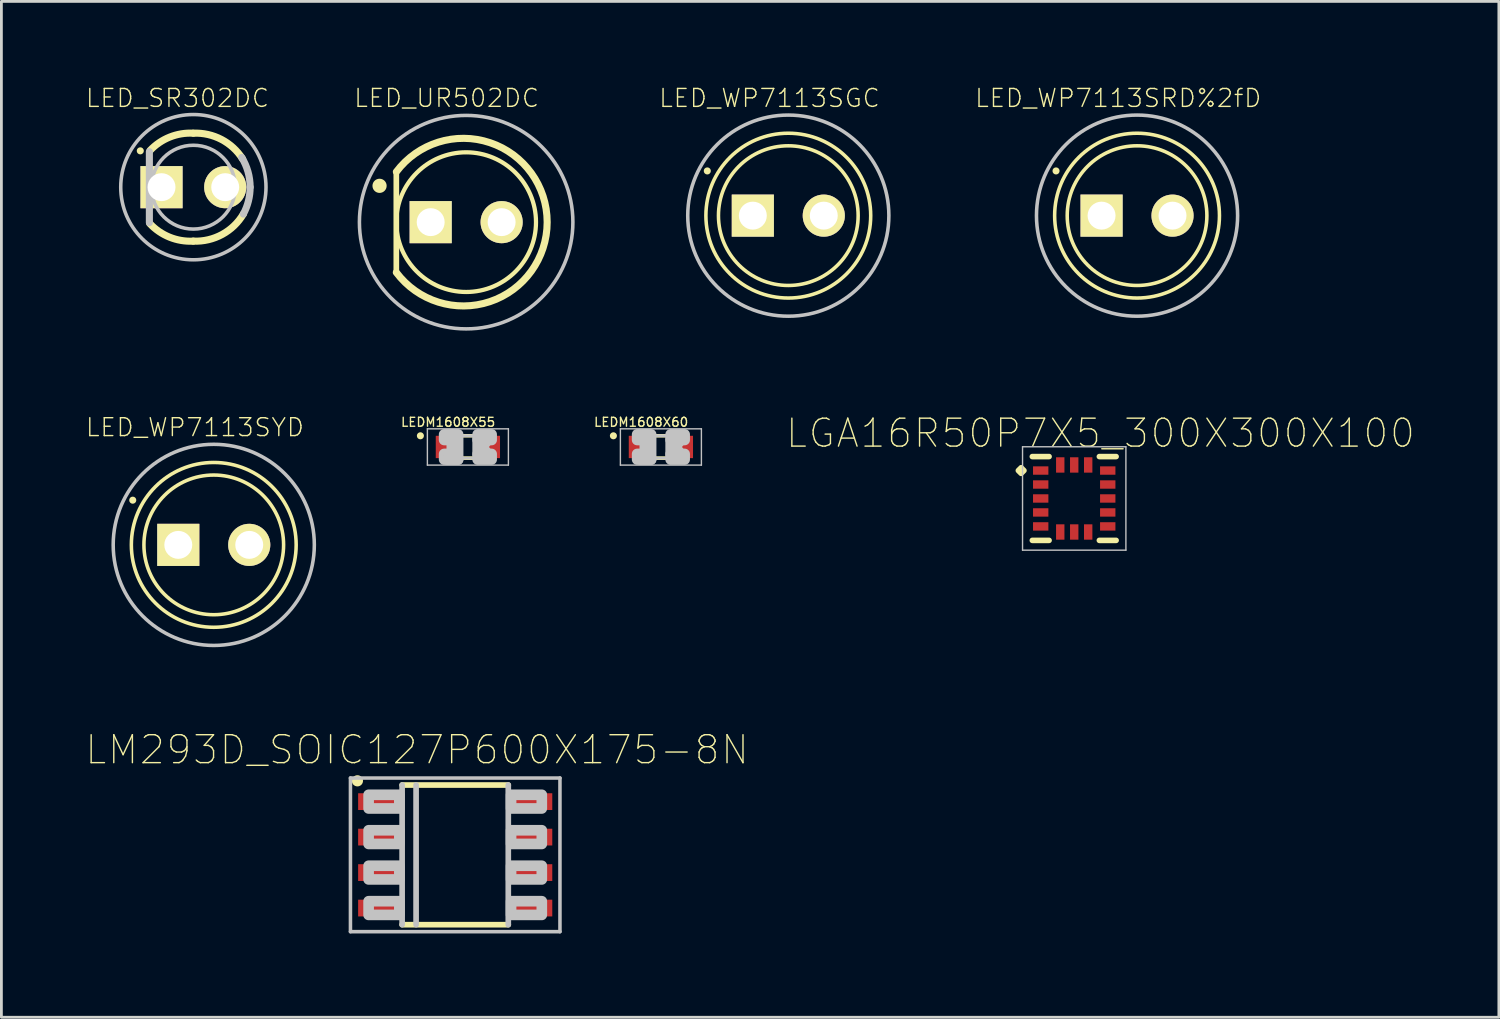
<source format=kicad_pcb>
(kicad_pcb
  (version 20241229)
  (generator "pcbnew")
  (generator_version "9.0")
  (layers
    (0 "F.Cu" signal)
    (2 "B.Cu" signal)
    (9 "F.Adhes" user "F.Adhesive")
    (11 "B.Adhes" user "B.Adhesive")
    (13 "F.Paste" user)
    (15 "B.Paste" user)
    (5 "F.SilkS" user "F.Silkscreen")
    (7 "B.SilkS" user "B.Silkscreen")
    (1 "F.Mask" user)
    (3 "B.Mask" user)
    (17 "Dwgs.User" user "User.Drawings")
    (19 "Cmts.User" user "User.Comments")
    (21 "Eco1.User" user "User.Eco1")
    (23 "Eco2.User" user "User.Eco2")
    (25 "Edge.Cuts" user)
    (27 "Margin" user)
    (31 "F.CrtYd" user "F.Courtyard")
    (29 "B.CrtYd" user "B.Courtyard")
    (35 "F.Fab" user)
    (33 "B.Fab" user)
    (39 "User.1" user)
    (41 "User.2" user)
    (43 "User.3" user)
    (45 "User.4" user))
  (footprint "LED_SR302DC"
    (layer "F.Cu")
    (at 3.872 3.65)
    (property "Reference" "LED_SR302DC" (at -0.569 -3.187 0) (layer "F.SilkS") (effects (font (size 0.64 0.64) (thickness 0.05))))
    (attr through_hole)
    (fp_arc (start -1.5512 -1.3126) (mid -0.844936 -1.793) (end -0.002179 -1.932117) (stroke (width 0.254) (type solid)) (layer "F.SilkS"))
    (fp_arc (start -0.003221 1.932171) (mid -0.85223 1.789568) (end -1.561 1.3009) (stroke (width 0.254) (type solid)) (layer "F.SilkS"))
    (fp_arc (start 0 -1.932) (mid 1.005621 -1.707968) (end 1.76328 -1.009816) (stroke (width 0.254) (type solid)) (layer "F.SilkS"))
    (fp_arc (start 1.792428 0.957003) (mid 1.03118 1.692623) (end 0 1.932) (stroke (width 0.254) (type solid)) (layer "F.SilkS"))
    (fp_circle (center -1.9 -1.3) (end -1.773 -1.3) (stroke (width 0) (type solid)) (fill yes) (layer "F.SilkS"))
    (fp_line (start -1.575 -1.27) (end -1.575 1.27) (stroke (width 0.254) (type solid)) (layer "Dwgs.User"))
    (fp_arc (start 1.7306 -1.065) (mid 1.95517 -0.553557) (end 2.032 -0.000291) (stroke (width 0.254) (type solid)) (layer "Dwgs.User"))
    (fp_arc (start 2.032 0.00006) (mid 1.970332 0.496804) (end 1.7891 0.9634) (stroke (width 0.254) (type solid)) (layer "Dwgs.User"))
    (fp_circle (center 0 0) (end 1.5 0) (stroke (width 0.127) (type solid)) (fill no) (layer "Dwgs.User"))
    (fp_circle (center 0 0) (end 2.6 0) (stroke (width 0.127) (type solid)) (fill no) (layer "Dwgs.User"))
    (pad "A" thru_hole circle (at 1.14 0 180) (size 1.508 1.508) (drill 1) (layers "*.Cu" "*.Mask" "F.SilkS"))
    (pad "C" thru_hole rect (at -1.14 0 180) (size 1.508 1.508) (drill 1) (layers "*.Cu" "*.Mask" "F.SilkS")))
  (footprint "LEDM1608X60"
    (layer "F.Cu")
    (at 20.608 12.95)
    (property "Reference" "LEDM1608X60" (at -0.707 -0.888 0) (layer "F.SilkS") (effects (font (size 0.32 0.32) (thickness 0.05))))
    (attr smd)
    (fp_line (start -0.2 -0.4) (end 0.2 -0.4) (stroke (width 0.127) (type solid)) (layer "F.SilkS"))
    (fp_line (start -0.2 0.4) (end 0.2 0.4) (stroke (width 0.127) (type solid)) (layer "F.SilkS"))
    (fp_circle (center -1.7 -0.4) (end -1.573 -0.4) (stroke (width 0) (type solid)) (fill yes) (layer "F.SilkS"))
    (fp_line (start -1.45 -0.65) (end 1.45 -0.65) (stroke (width 0.05) (type solid)) (layer "Dwgs.User"))
    (fp_line (start -1.45 0.65) (end -1.45 -0.65) (stroke (width 0.05) (type solid)) (layer "Dwgs.User"))
    (fp_line (start -0.375 0.4) (end 0.35 0.4) (stroke (width 0.102) (type solid)) (layer "Dwgs.User"))
    (fp_line (start -0.35 -0.4) (end 0.35 -0.4) (stroke (width 0.102) (type solid)) (layer "Dwgs.User"))
    (fp_line (start 1.45 -0.65) (end 1.45 0.65) (stroke (width 0.05) (type solid)) (layer "Dwgs.User"))
    (fp_line (start 1.45 0.65) (end -1.45 0.65) (stroke (width 0.05) (type solid)) (layer "Dwgs.User"))
    (fp_arc (start -0.8 -0.3) (mid -0.524966 -0.000147) (end -0.799707 0.299974) (stroke (width 0.1016) (type solid)) (layer "Dwgs.User"))
    (fp_arc (start 0.825 0.275) (mid 0.55 0) (end 0.825 -0.275) (stroke (width 0.0508) (type solid)) (layer "Dwgs.User"))
    (fp_circle (center -0.625 0.35) (end -0.55 0.35) (stroke (width 0.051) (type solid)) (fill no) (layer "Dwgs.User"))
    (fp_poly (pts (xy -0.85 -0.25) (xy -0.85 -0.45) (xy -0.55 -0.45) (xy -0.55 -0.25)) (stroke (width 0.381) (type solid)) (fill no) (layer "Dwgs.User"))
    (fp_poly (pts (xy -0.85 0.45) (xy -0.85 0.25) (xy -0.7 0.25) (xy -0.7 0.45)) (stroke (width 0.381) (type solid)) (fill no) (layer "Dwgs.User"))
    (fp_poly (pts (xy -0.725 0.45) (xy -0.725 0.4) (xy -0.35 0.4) (xy -0.35 0.45)) (stroke (width 0.381) (type solid)) (fill no) (layer "Dwgs.User"))
    (fp_poly (pts (xy -0.6 0.275) (xy -0.6 0.225) (xy -0.55 0.225) (xy -0.55 0.275)) (stroke (width 0.381) (type solid)) (fill no) (layer "Dwgs.User"))
    (fp_poly (pts (xy -0.575 0.45) (xy -0.575 -0.45) (xy -0.35 -0.45) (xy -0.35 0.45)) (stroke (width 0.381) (type solid)) (fill no) (layer "Dwgs.User"))
    (fp_poly (pts (xy 0.35 -0.25) (xy 0.35 -0.45) (xy 0.85 -0.45) (xy 0.85 -0.25)) (stroke (width 0.381) (type solid)) (fill no) (layer "Dwgs.User"))
    (fp_poly (pts (xy 0.35 0.275) (xy 0.35 -0.275) (xy 0.575 -0.275) (xy 0.575 0.275)) (stroke (width 0.381) (type solid)) (fill no) (layer "Dwgs.User"))
    (fp_poly (pts (xy 0.35 0.45) (xy 0.35 0.25) (xy 0.85 0.25) (xy 0.85 0.45)) (stroke (width 0.381) (type solid)) (fill no) (layer "Dwgs.User"))
    (fp_poly (pts (xy 0.55 -0.175) (xy 0.55 -0.275) (xy 0.65 -0.275) (xy 0.65 -0.175)) (stroke (width 0.381) (type solid)) (fill no) (layer "Dwgs.User"))
    (fp_poly (pts (xy 0.55 0.275) (xy 0.55 0.175) (xy 0.65 0.175) (xy 0.65 0.275)) (stroke (width 0.381) (type solid)) (fill no) (layer "Dwgs.User"))
    (pad "A" smd rect (at 0.75 0 90) (size 0.8 0.8) (layers "F.Cu" "F.Mask" "F.Paste"))
    (pad "C" smd rect (at -0.75 0 90) (size 0.8 0.8) (layers "F.Cu" "F.Mask" "F.Paste")))
  (footprint "LEDM1608X55"
    (layer "F.Cu")
    (at 13.699 12.95)
    (property "Reference" "LEDM1608X55" (at -0.707 -0.888 0) (layer "F.SilkS") (effects (font (size 0.32 0.32) (thickness 0.05))))
    (attr smd)
    (fp_line (start -0.2 -0.4) (end 0.2 -0.4) (stroke (width 0.127) (type solid)) (layer "F.SilkS"))
    (fp_line (start -0.2 0.4) (end 0.2 0.4) (stroke (width 0.127) (type solid)) (layer "F.SilkS"))
    (fp_circle (center -1.7 -0.4) (end -1.573 -0.4) (stroke (width 0) (type solid)) (fill yes) (layer "F.SilkS"))
    (fp_line (start -1.45 -0.65) (end 1.45 -0.65) (stroke (width 0.05) (type solid)) (layer "Dwgs.User"))
    (fp_line (start -1.45 0.65) (end -1.45 -0.65) (stroke (width 0.05) (type solid)) (layer "Dwgs.User"))
    (fp_line (start -0.375 0.4) (end 0.35 0.4) (stroke (width 0.102) (type solid)) (layer "Dwgs.User"))
    (fp_line (start -0.35 -0.4) (end 0.35 -0.4) (stroke (width 0.102) (type solid)) (layer "Dwgs.User"))
    (fp_line (start 1.45 -0.65) (end 1.45 0.65) (stroke (width 0.05) (type solid)) (layer "Dwgs.User"))
    (fp_line (start 1.45 0.65) (end -1.45 0.65) (stroke (width 0.05) (type solid)) (layer "Dwgs.User"))
    (fp_arc (start -0.8 -0.3) (mid -0.524966 -0.000147) (end -0.799707 0.299974) (stroke (width 0.1016) (type solid)) (layer "Dwgs.User"))
    (fp_arc (start 0.825 0.275) (mid 0.55 0) (end 0.825 -0.275) (stroke (width 0.0508) (type solid)) (layer "Dwgs.User"))
    (fp_circle (center -0.625 0.35) (end -0.55 0.35) (stroke (width 0.051) (type solid)) (fill no) (layer "Dwgs.User"))
    (fp_poly (pts (xy -0.85 -0.25) (xy -0.85 -0.45) (xy -0.55 -0.45) (xy -0.55 -0.25)) (stroke (width 0.381) (type solid)) (fill no) (layer "Dwgs.User"))
    (fp_poly (pts (xy -0.85 0.45) (xy -0.85 0.25) (xy -0.7 0.25) (xy -0.7 0.45)) (stroke (width 0.381) (type solid)) (fill no) (layer "Dwgs.User"))
    (fp_poly (pts (xy -0.725 0.45) (xy -0.725 0.4) (xy -0.35 0.4) (xy -0.35 0.45)) (stroke (width 0.381) (type solid)) (fill no) (layer "Dwgs.User"))
    (fp_poly (pts (xy -0.6 0.275) (xy -0.6 0.225) (xy -0.55 0.225) (xy -0.55 0.275)) (stroke (width 0.381) (type solid)) (fill no) (layer "Dwgs.User"))
    (fp_poly (pts (xy -0.575 0.45) (xy -0.575 -0.45) (xy -0.35 -0.45) (xy -0.35 0.45)) (stroke (width 0.381) (type solid)) (fill no) (layer "Dwgs.User"))
    (fp_poly (pts (xy 0.35 -0.25) (xy 0.35 -0.45) (xy 0.85 -0.45) (xy 0.85 -0.25)) (stroke (width 0.381) (type solid)) (fill no) (layer "Dwgs.User"))
    (fp_poly (pts (xy 0.35 0.275) (xy 0.35 -0.275) (xy 0.575 -0.275) (xy 0.575 0.275)) (stroke (width 0.381) (type solid)) (fill no) (layer "Dwgs.User"))
    (fp_poly (pts (xy 0.35 0.45) (xy 0.35 0.25) (xy 0.85 0.25) (xy 0.85 0.45)) (stroke (width 0.381) (type solid)) (fill no) (layer "Dwgs.User"))
    (fp_poly (pts (xy 0.55 -0.175) (xy 0.55 -0.275) (xy 0.65 -0.275) (xy 0.65 -0.175)) (stroke (width 0.381) (type solid)) (fill no) (layer "Dwgs.User"))
    (fp_poly (pts (xy 0.55 0.275) (xy 0.55 0.175) (xy 0.65 0.175) (xy 0.65 0.275)) (stroke (width 0.381) (type solid)) (fill no) (layer "Dwgs.User"))
    (pad "A" smd rect (at 0.75 0 90) (size 0.8 0.8) (layers "F.Cu" "F.Mask" "F.Paste"))
    (pad "C" smd rect (at -0.75 0 90) (size 0.8 0.8) (layers "F.Cu" "F.Mask" "F.Paste")))
  (footprint "LED_WP7113SRD%2fD"
    (layer "F.Cu")
    (at 37.653 4.669)
    (property "Reference" "LED_WP7113SRD%2fD" (at -0.674 -4.206 0) (layer "F.SilkS") (effects (font (size 0.64 0.64) (thickness 0.05))))
    (attr through_hole)
    (fp_circle (center -2.9 -1.6) (end -2.773 -1.6) (stroke (width 0) (type solid)) (fill yes) (layer "F.SilkS"))
    (fp_circle (center 0 0) (end 2.5 0) (stroke (width 0.127) (type solid)) (fill no) (layer "F.SilkS"))
    (fp_circle (center 0 0) (end 2.95 0) (stroke (width 0.127) (type solid)) (fill no) (layer "F.SilkS"))
    (fp_circle (center 0 0) (end 3.6 0) (stroke (width 0.127) (type solid)) (fill no) (layer "Dwgs.User"))
    (pad "A" thru_hole circle (at 1.27 0 180) (size 1.508 1.508) (drill 1) (layers "*.Cu" "*.Mask" "F.SilkS"))
    (pad "C" thru_hole rect (at -1.27 0 180) (size 1.508 1.508) (drill 1) (layers "*.Cu" "*.Mask" "F.SilkS")))
  (footprint "LGA16R50P7X5_300X300X100"
    (layer "F.Cu")
    (at 35.404 14.794)
    (property "Reference" "LGA16R50P7X5_300X300X100" (at 0.94 -2.335 0) (layer "F.SilkS") (effects (font (size 1 1) (thickness 0.05))))
    (attr smd)
    (fp_line (start -1.5 -1.5) (end -0.9 -1.5) (stroke (width 0.2) (type solid)) (layer "F.SilkS"))
    (fp_line (start -1.5 1.5) (end -0.9 1.5) (stroke (width 0.2) (type solid)) (layer "F.SilkS"))
    (fp_line (start 1.5 -1.5) (end 0.9 -1.5) (stroke (width 0.2) (type solid)) (layer "F.SilkS"))
    (fp_line (start 1.5 1.5) (end 0.9 1.5) (stroke (width 0.2) (type solid)) (layer "F.SilkS"))
    (fp_poly (pts (xy -2 -1) (xy -1.9 -1.1) (xy -1.8 -1) (xy -1.9 -0.9)) (stroke (width 0.2) (type solid)) (fill yes) (layer "F.SilkS"))
    (fp_line (start -1.85 -1.85) (end -1.85 1.85) (stroke (width 0.05) (type solid)) (layer "Dwgs.User"))
    (fp_line (start -1.85 1.85) (end 1.85 1.85) (stroke (width 0.05) (type solid)) (layer "Dwgs.User"))
    (fp_line (start 1.85 -1.85) (end -1.85 -1.85) (stroke (width 0.05) (type solid)) (layer "Dwgs.User"))
    (fp_line (start 1.85 1.85) (end 1.85 -1.85) (stroke (width 0.05) (type solid)) (layer "Dwgs.User"))
    (pad "1" smd rect (at -1.2 -1) (size 0.55 0.3) (layers "F.Cu" "F.Mask" "F.Paste"))
    (pad "2" smd rect (at -1.2 -0.5) (size 0.55 0.3) (layers "F.Cu" "F.Mask" "F.Paste"))
    (pad "3" smd rect (at -1.2 0) (size 0.55 0.3) (layers "F.Cu" "F.Mask" "F.Paste"))
    (pad "4" smd rect (at -1.2 0.5) (size 0.55 0.3) (layers "F.Cu" "F.Mask" "F.Paste"))
    (pad "5" smd rect (at -1.2 1) (size 0.55 0.3) (layers "F.Cu" "F.Mask" "F.Paste"))
    (pad "6" smd rect (at -0.5 1.2 90) (size 0.55 0.3) (layers "F.Cu" "F.Mask" "F.Paste"))
    (pad "7" smd rect (at 0 1.2 90) (size 0.55 0.3) (layers "F.Cu" "F.Mask" "F.Paste"))
    (pad "8" smd rect (at 0.5 1.2 90) (size 0.55 0.3) (layers "F.Cu" "F.Mask" "F.Paste"))
    (pad "9" smd rect (at 1.2 1 180) (size 0.55 0.3) (layers "F.Cu" "F.Mask" "F.Paste"))
    (pad "10" smd rect (at 1.2 0.5 180) (size 0.55 0.3) (layers "F.Cu" "F.Mask" "F.Paste"))
    (pad "11" smd rect (at 1.2 0 180) (size 0.55 0.3) (layers "F.Cu" "F.Mask" "F.Paste"))
    (pad "12" smd rect (at 1.2 -0.5 180) (size 0.55 0.3) (layers "F.Cu" "F.Mask" "F.Paste"))
    (pad "13" smd rect (at 1.2 -1 180) (size 0.55 0.3) (layers "F.Cu" "F.Mask" "F.Paste"))
    (pad "14" smd rect (at 0.5 -1.2 270) (size 0.55 0.3) (layers "F.Cu" "F.Mask" "F.Paste"))
    (pad "15" smd rect (at 0 -1.2 270) (size 0.55 0.3) (layers "F.Cu" "F.Mask" "F.Paste"))
    (pad "16" smd rect (at -0.5 -1.2 270) (size 0.55 0.3) (layers "F.Cu" "F.Mask" "F.Paste")))
  (footprint "LED_WP7113SGC"
    (layer "F.Cu")
    (at 25.169 4.669)
    (property "Reference" "LED_WP7113SGC" (at -0.674 -4.206 0) (layer "F.SilkS") (effects (font (size 0.64 0.64) (thickness 0.05))))
    (attr through_hole)
    (fp_circle (center -2.9 -1.6) (end -2.773 -1.6) (stroke (width 0) (type solid)) (fill yes) (layer "F.SilkS"))
    (fp_circle (center 0 0) (end 2.5 0) (stroke (width 0.127) (type solid)) (fill no) (layer "F.SilkS"))
    (fp_circle (center 0 0) (end 2.95 0) (stroke (width 0.127) (type solid)) (fill no) (layer "F.SilkS"))
    (fp_circle (center 0 0) (end 3.6 0) (stroke (width 0.127) (type solid)) (fill no) (layer "Dwgs.User"))
    (pad "A" thru_hole circle (at 1.27 0 180) (size 1.508 1.508) (drill 1) (layers "*.Cu" "*.Mask" "F.SilkS"))
    (pad "C" thru_hole rect (at -1.27 0 180) (size 1.508 1.508) (drill 1) (layers "*.Cu" "*.Mask" "F.SilkS")))
  (footprint "LED_UR502DC"
    (layer "F.Cu")
    (at 13.637 4.902)
    (property "Reference" "LED_UR502DC" (at -0.699 -4.44 0) (layer "F.SilkS") (effects (font (size 0.64 0.64) (thickness 0.05))))
    (attr through_hole)
    (fp_line (start -2.5 -1.8) (end -2.5 1.8) (stroke (width 0.203) (type solid)) (layer "F.SilkS"))
    (fp_arc (start -2.498114 -1.802512) (mid 2.899983 0.001571) (end -2.5 1.8) (stroke (width 0.254) (type solid)) (layer "F.SilkS"))
    (fp_circle (center -3.1 -1.3) (end -2.846 -1.3) (stroke (width 0) (type solid)) (fill yes) (layer "F.SilkS"))
    (fp_circle (center 0 0) (end 2.5 0) (stroke (width 0.152) (type solid)) (fill no) (layer "F.SilkS"))
    (fp_circle (center 0 0) (end 3.821 0) (stroke (width 0.127) (type solid)) (fill no) (layer "Dwgs.User"))
    (pad "A" thru_hole circle (at 1.27 0 180) (size 1.508 1.508) (drill 1) (layers "*.Cu" "*.Mask" "F.SilkS"))
    (pad "C" thru_hole rect (at -1.27 0 180) (size 1.508 1.508) (drill 1) (layers "*.Cu" "*.Mask" "F.SilkS")))
  (footprint "LED_WP7113SYD"
    (layer "F.Cu")
    (at 4.602 16.455)
    (property "Reference" "LED_WP7113SYD" (at -0.674 -4.206 0) (layer "F.SilkS") (effects (font (size 0.64 0.64) (thickness 0.05))))
    (attr through_hole)
    (fp_circle (center -2.9 -1.6) (end -2.773 -1.6) (stroke (width 0) (type solid)) (fill yes) (layer "F.SilkS"))
    (fp_circle (center 0 0) (end 2.5 0) (stroke (width 0.127) (type solid)) (fill no) (layer "F.SilkS"))
    (fp_circle (center 0 0) (end 2.95 0) (stroke (width 0.127) (type solid)) (fill no) (layer "F.SilkS"))
    (fp_circle (center 0 0) (end 3.6 0) (stroke (width 0.127) (type solid)) (fill no) (layer "Dwgs.User"))
    (pad "A" thru_hole circle (at 1.27 0 180) (size 1.508 1.508) (drill 1) (layers "*.Cu" "*.Mask" "F.SilkS"))
    (pad "C" thru_hole rect (at -1.27 0 180) (size 1.508 1.508) (drill 1) (layers "*.Cu" "*.Mask" "F.SilkS")))
  (footprint "LM293D_SOIC127P600X175-8N"
    (layer "F.Cu")
    (at 13.245 27.551)
    (property "Reference" "LM293D_SOIC127P600X175-8N" (at -1.365 -3.76 0) (layer "F.SilkS") (effects (font (size 1 1) (thickness 0.05))))
    (attr smd)
    (fp_line (start -1.9 -2.5) (end 1.9 -2.5) (stroke (width 0.203) (type solid)) (layer "F.SilkS"))
    (fp_line (start 1.9 2.5) (end -1.9 2.5) (stroke (width 0.203) (type solid)) (layer "F.SilkS"))
    (fp_circle (center -3.5 -2.65) (end -3.3 -2.65) (stroke (width 0) (type solid)) (fill yes) (layer "F.SilkS"))
    (fp_line (start -3.75 -2.75) (end 3.75 -2.75) (stroke (width 0.127) (type solid)) (layer "Dwgs.User"))
    (fp_line (start -3.75 2.75) (end -3.75 -2.75) (stroke (width 0.127) (type solid)) (layer "Dwgs.User"))
    (fp_line (start -1.9 2.5) (end -1.9 -2.5) (stroke (width 0.203) (type solid)) (layer "Dwgs.User"))
    (fp_line (start -1.4 2.5) (end -1.4 -2.5) (stroke (width 0.203) (type solid)) (layer "Dwgs.User"))
    (fp_line (start 1.9 -2.5) (end 1.9 2.5) (stroke (width 0.203) (type solid)) (layer "Dwgs.User"))
    (fp_line (start 3.75 -2.75) (end 3.75 2.75) (stroke (width 0.127) (type solid)) (layer "Dwgs.User"))
    (fp_line (start 3.75 2.75) (end -3.75 2.75) (stroke (width 0.127) (type solid)) (layer "Dwgs.User"))
    (fp_poly (pts (xy -2 -2.15) (xy -2 -1.66) (xy -3.1 -1.66) (xy -3.1 -2.15)) (stroke (width 0.381) (type solid)) (fill no) (layer "Dwgs.User"))
    (fp_poly (pts (xy -2 -0.88) (xy -2 -0.39) (xy -3.1 -0.39) (xy -3.1 -0.88)) (stroke (width 0.381) (type solid)) (fill no) (layer "Dwgs.User"))
    (fp_poly (pts (xy -2 0.39) (xy -2 0.88) (xy -3.1 0.88) (xy -3.1 0.39)) (stroke (width 0.381) (type solid)) (fill no) (layer "Dwgs.User"))
    (fp_poly (pts (xy -2 1.66) (xy -2 2.15) (xy -3.1 2.15) (xy -3.1 1.66)) (stroke (width 0.381) (type solid)) (fill no) (layer "Dwgs.User"))
    (fp_poly (pts (xy 3.1 -2.15) (xy 3.1 -1.66) (xy 2 -1.66) (xy 2 -2.15)) (stroke (width 0.381) (type solid)) (fill no) (layer "Dwgs.User"))
    (fp_poly (pts (xy 3.1 -0.88) (xy 3.1 -0.39) (xy 2 -0.39) (xy 2 -0.88)) (stroke (width 0.381) (type solid)) (fill no) (layer "Dwgs.User"))
    (fp_poly (pts (xy 3.1 0.39) (xy 3.1 0.88) (xy 2 0.88) (xy 2 0.39)) (stroke (width 0.381) (type solid)) (fill no) (layer "Dwgs.User"))
    (fp_poly (pts (xy 3.1 1.66) (xy 3.1 2.15) (xy 2 2.15) (xy 2 1.66)) (stroke (width 0.381) (type solid)) (fill no) (layer "Dwgs.User"))
    (pad "1" smd rect (at -2.7 -1.905) (size 1.55 0.6) (layers "F.Cu" "F.Mask" "F.Paste"))
    (pad "2" smd rect (at -2.7 -0.635) (size 1.55 0.6) (layers "F.Cu" "F.Mask" "F.Paste"))
    (pad "3" smd rect (at -2.7 0.635) (size 1.55 0.6) (layers "F.Cu" "F.Mask" "F.Paste"))
    (pad "4" smd rect (at -2.7 1.905) (size 1.55 0.6) (layers "F.Cu" "F.Mask" "F.Paste"))
    (pad "5" smd rect (at 2.7 1.905) (size 1.55 0.6) (layers "F.Cu" "F.Mask" "F.Paste"))
    (pad "6" smd rect (at 2.7 0.635) (size 1.55 0.6) (layers "F.Cu" "F.Mask" "F.Paste"))
    (pad "7" smd rect (at 2.7 -0.635) (size 1.55 0.6) (layers "F.Cu" "F.Mask" "F.Paste"))
    (pad "8" smd rect (at 2.7 -1.905) (size 1.55 0.6) (layers "F.Cu" "F.Mask" "F.Paste")))
  (gr_rect
    (start -3 -3)
    (end 50.605 33.365)
    (stroke (width 0.1) (type default))
    (fill no)
    (layer "Edge.Cuts")))
</source>
